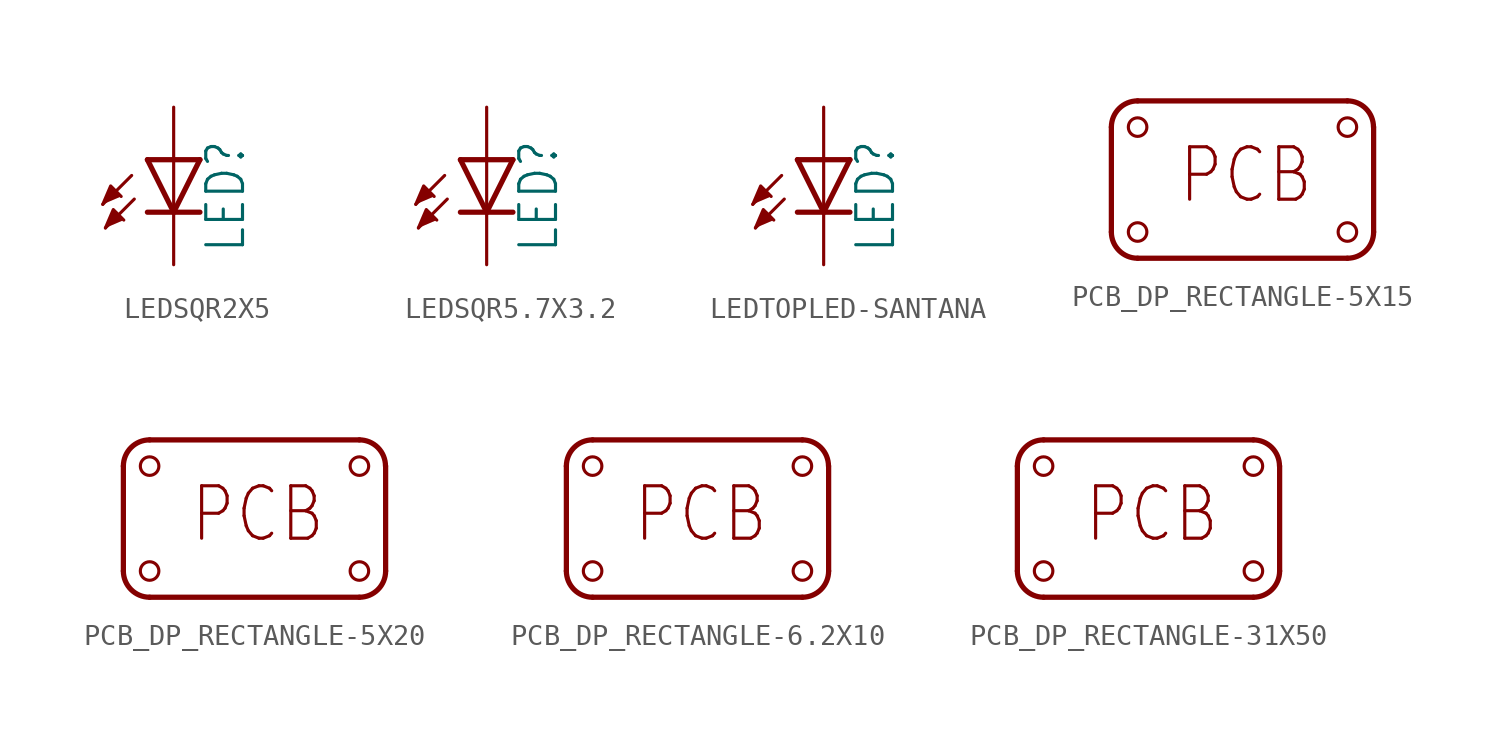
<source format=kicad_sym>
(kicad_symbol_lib
  (version 20220914)
  (generator kicad_symbol_editor)
  (symbol "LEDSQR2X5"
    (property "Reference" "LED"
      (at 3.556 -4.572 90)
      (effects (font (size 1.778 1.511)) (justify left bottom)))
    (property "Value" ""
      (at 5.715 -4.572 90)
      (effects (font (size 1.778 1.511)) (justify left bottom)))
    (property "ki_locked" ""
      (at 0 0 0)
      (effects (font (size 1.27 1.27))))
    (symbol "LEDSQR2X5_1_0"
      (polyline (pts (xy -2.032 -0.762) (xy -3.429 -2.159)) (stroke (width 0.152) (type solid)) (fill (type none)))
      (polyline (pts (xy -1.905 -1.905) (xy -3.302 -3.302)) (stroke (width 0.152) (type solid)) (fill (type none)))
      (polyline (pts (xy 0 -2.54) (xy -1.27 -2.54)) (stroke (width 0.254) (type solid)) (fill (type none)))
      (polyline (pts (xy 0 -2.54) (xy -1.27 0)) (stroke (width 0.254) (type solid)) (fill (type none)))
      (polyline (pts (xy 0 0) (xy -1.27 0)) (stroke (width 0.254) (type solid)) (fill (type none)))
      (polyline (pts (xy 0 0) (xy 0 -2.54)) (stroke (width 0.152) (type solid)) (fill (type none)))
      (polyline (pts (xy 1.27 -2.54) (xy 0 -2.54)) (stroke (width 0.254) (type solid)) (fill (type none)))
      (polyline (pts (xy 1.27 0) (xy 0 -2.54)) (stroke (width 0.254) (type solid)) (fill (type none)))
      (polyline (pts (xy 1.27 0) (xy 0 0)) (stroke (width 0.254) (type solid)) (fill (type none)))
      (polyline (pts (xy -3.429 -2.159) (xy -3.048 -1.27) (xy -2.54 -1.778)) (stroke (width 0.152) (type solid)) (fill (type outline)))
      (polyline (pts (xy -3.302 -3.302) (xy -2.921 -2.413) (xy -2.413 -2.921)) (stroke (width 0.152) (type solid)) (fill (type outline)))
      (pin passive line (at 0 2.54 270) (length 2.54) (name "A" (effects (font (size 0 0)))) (number "A" (effects (font (size 0 0)))))
      (pin passive line (at 0 -5.08 90) (length 2.54) (name "C" (effects (font (size 0 0)))) (number "K" (effects (font (size 0 0)))))))
  (symbol "LEDSQR5.7X3.2"
    (property "Reference" "LED"
      (at 3.556 -4.572 90)
      (effects (font (size 1.778 1.511)) (justify left bottom)))
    (property "Value" ""
      (at 5.715 -4.572 90)
      (effects (font (size 1.778 1.511)) (justify left bottom)))
    (property "ki_locked" ""
      (at 0 0 0)
      (effects (font (size 1.27 1.27))))
    (symbol "LEDSQR5.7X3.2_1_0"
      (polyline (pts (xy -2.032 -0.762) (xy -3.429 -2.159)) (stroke (width 0.152) (type solid)) (fill (type none)))
      (polyline (pts (xy -1.905 -1.905) (xy -3.302 -3.302)) (stroke (width 0.152) (type solid)) (fill (type none)))
      (polyline (pts (xy 0 -2.54) (xy -1.27 -2.54)) (stroke (width 0.254) (type solid)) (fill (type none)))
      (polyline (pts (xy 0 -2.54) (xy -1.27 0)) (stroke (width 0.254) (type solid)) (fill (type none)))
      (polyline (pts (xy 0 0) (xy -1.27 0)) (stroke (width 0.254) (type solid)) (fill (type none)))
      (polyline (pts (xy 0 0) (xy 0 -2.54)) (stroke (width 0.152) (type solid)) (fill (type none)))
      (polyline (pts (xy 1.27 -2.54) (xy 0 -2.54)) (stroke (width 0.254) (type solid)) (fill (type none)))
      (polyline (pts (xy 1.27 0) (xy 0 -2.54)) (stroke (width 0.254) (type solid)) (fill (type none)))
      (polyline (pts (xy 1.27 0) (xy 0 0)) (stroke (width 0.254) (type solid)) (fill (type none)))
      (polyline (pts (xy -3.429 -2.159) (xy -3.048 -1.27) (xy -2.54 -1.778)) (stroke (width 0.152) (type solid)) (fill (type outline)))
      (polyline (pts (xy -3.302 -3.302) (xy -2.921 -2.413) (xy -2.413 -2.921)) (stroke (width 0.152) (type solid)) (fill (type outline)))
      (pin passive line (at 0 2.54 270) (length 2.54) (name "A" (effects (font (size 0 0)))) (number "A" (effects (font (size 0 0)))))
      (pin passive line (at 0 -5.08 90) (length 2.54) (name "C" (effects (font (size 0 0)))) (number "K" (effects (font (size 0 0)))))))
  (symbol "LEDTOPLED-SANTANA"
    (property "Reference" "LED"
      (at 3.556 -4.572 90)
      (effects (font (size 1.778 1.511)) (justify left bottom)))
    (property "Value" ""
      (at 5.715 -4.572 90)
      (effects (font (size 1.778 1.511)) (justify left bottom)))
    (property "ki_locked" ""
      (at 0 0 0)
      (effects (font (size 1.27 1.27))))
    (symbol "LEDTOPLED-SANTANA_1_0"
      (polyline (pts (xy -2.032 -0.762) (xy -3.429 -2.159)) (stroke (width 0.152) (type solid)) (fill (type none)))
      (polyline (pts (xy -1.905 -1.905) (xy -3.302 -3.302)) (stroke (width 0.152) (type solid)) (fill (type none)))
      (polyline (pts (xy 0 -2.54) (xy -1.27 -2.54)) (stroke (width 0.254) (type solid)) (fill (type none)))
      (polyline (pts (xy 0 -2.54) (xy -1.27 0)) (stroke (width 0.254) (type solid)) (fill (type none)))
      (polyline (pts (xy 0 0) (xy -1.27 0)) (stroke (width 0.254) (type solid)) (fill (type none)))
      (polyline (pts (xy 0 0) (xy 0 -2.54)) (stroke (width 0.152) (type solid)) (fill (type none)))
      (polyline (pts (xy 1.27 -2.54) (xy 0 -2.54)) (stroke (width 0.254) (type solid)) (fill (type none)))
      (polyline (pts (xy 1.27 0) (xy 0 -2.54)) (stroke (width 0.254) (type solid)) (fill (type none)))
      (polyline (pts (xy 1.27 0) (xy 0 0)) (stroke (width 0.254) (type solid)) (fill (type none)))
      (polyline (pts (xy -3.429 -2.159) (xy -3.048 -1.27) (xy -2.54 -1.778)) (stroke (width 0.152) (type solid)) (fill (type outline)))
      (polyline (pts (xy -3.302 -3.302) (xy -2.921 -2.413) (xy -2.413 -2.921)) (stroke (width 0.152) (type solid)) (fill (type outline)))
      (pin passive line (at 0 2.54 270) (length 2.54) (name "A" (effects (font (size 0 0)))) (number "A" (effects (font (size 0 0)))))
      (pin passive line (at 0 -5.08 90) (length 2.54) (name "C" (effects (font (size 0 0)))) (number "C" (effects (font (size 0 0)))))))
  (symbol "PCB_DP_RECTANGLE-5X15"
    (property "Reference" "PCB"
      (at 0 0 0)
      (effects (font (size 1.27 1.27)) hide))
    (property "ki_locked" ""
      (at 0 0 0)
      (effects (font (size 1.27 1.27))))
    (symbol "PCB_DP_RECTANGLE-5X15_1_0"
      (arc (start -6.35 -2.54) (mid -5.978 -3.438) (end -5.08 -3.81) (stroke (width 0.254) (type solid)) (fill (type none)))
      (circle (center -5.08 -2.54) (radius 0.449) (stroke (width 0.152) (type solid)) (fill (type none)))
      (circle (center -5.08 2.54) (radius 0.449) (stroke (width 0.152) (type solid)) (fill (type none)))
      (arc (start -5.08 3.81) (mid -5.978 3.438) (end -6.35 2.54) (stroke (width 0.254) (type solid)) (fill (type none)))
      (polyline (pts (xy -6.35 2.54) (xy -6.35 -2.54)) (stroke (width 0.254) (type solid)) (fill (type none)))
      (polyline (pts (xy -5.08 -3.81) (xy 5.08 -3.81)) (stroke (width 0.254) (type solid)) (fill (type none)))
      (polyline (pts (xy 5.08 3.81) (xy -5.08 3.81)) (stroke (width 0.254) (type solid)) (fill (type none)))
      (polyline (pts (xy 6.35 -2.54) (xy 6.35 2.54)) (stroke (width 0.254) (type solid)) (fill (type none)))
      (arc (start 5.08 -3.81) (mid 5.978 -3.438) (end 6.35 -2.54) (stroke (width 0.254) (type solid)) (fill (type none)))
      (circle (center 5.08 -2.54) (radius 0.449) (stroke (width 0.152) (type solid)) (fill (type none)))
      (circle (center 5.08 2.54) (radius 0.449) (stroke (width 0.152) (type solid)) (fill (type none)))
      (arc (start 6.35 2.54) (mid 5.978 3.438) (end 5.08 3.81) (stroke (width 0.254) (type solid)) (fill (type none)))
      (text "PCB" (at -3.175 -1.27 0) (effects (font (size 2.54 2.159)) (justify left bottom)))))
  (symbol "PCB_DP_RECTANGLE-5X20"
    (property "Reference" "PCB"
      (at 0 0 0)
      (effects (font (size 1.27 1.27)) hide))
    (property "ki_locked" ""
      (at 0 0 0)
      (effects (font (size 1.27 1.27))))
    (symbol "PCB_DP_RECTANGLE-5X20_1_0"
      (arc (start -6.35 -2.54) (mid -5.978 -3.438) (end -5.08 -3.81) (stroke (width 0.254) (type solid)) (fill (type none)))
      (circle (center -5.08 -2.54) (radius 0.449) (stroke (width 0.152) (type solid)) (fill (type none)))
      (circle (center -5.08 2.54) (radius 0.449) (stroke (width 0.152) (type solid)) (fill (type none)))
      (arc (start -5.08 3.81) (mid -5.978 3.438) (end -6.35 2.54) (stroke (width 0.254) (type solid)) (fill (type none)))
      (polyline (pts (xy -6.35 2.54) (xy -6.35 -2.54)) (stroke (width 0.254) (type solid)) (fill (type none)))
      (polyline (pts (xy -5.08 -3.81) (xy 5.08 -3.81)) (stroke (width 0.254) (type solid)) (fill (type none)))
      (polyline (pts (xy 5.08 3.81) (xy -5.08 3.81)) (stroke (width 0.254) (type solid)) (fill (type none)))
      (polyline (pts (xy 6.35 -2.54) (xy 6.35 2.54)) (stroke (width 0.254) (type solid)) (fill (type none)))
      (arc (start 5.08 -3.81) (mid 5.978 -3.438) (end 6.35 -2.54) (stroke (width 0.254) (type solid)) (fill (type none)))
      (circle (center 5.08 -2.54) (radius 0.449) (stroke (width 0.152) (type solid)) (fill (type none)))
      (circle (center 5.08 2.54) (radius 0.449) (stroke (width 0.152) (type solid)) (fill (type none)))
      (arc (start 6.35 2.54) (mid 5.978 3.438) (end 5.08 3.81) (stroke (width 0.254) (type solid)) (fill (type none)))
      (text "PCB" (at -3.175 -1.27 0) (effects (font (size 2.54 2.159)) (justify left bottom)))))
  (symbol "PCB_DP_RECTANGLE-6.2X10"
    (property "Reference" "PCB"
      (at 0 0 0)
      (effects (font (size 1.27 1.27)) hide))
    (property "ki_locked" ""
      (at 0 0 0)
      (effects (font (size 1.27 1.27))))
    (symbol "PCB_DP_RECTANGLE-6.2X10_1_0"
      (arc (start -6.35 -2.54) (mid -5.978 -3.438) (end -5.08 -3.81) (stroke (width 0.254) (type solid)) (fill (type none)))
      (circle (center -5.08 -2.54) (radius 0.449) (stroke (width 0.152) (type solid)) (fill (type none)))
      (circle (center -5.08 2.54) (radius 0.449) (stroke (width 0.152) (type solid)) (fill (type none)))
      (arc (start -5.08 3.81) (mid -5.978 3.438) (end -6.35 2.54) (stroke (width 0.254) (type solid)) (fill (type none)))
      (polyline (pts (xy -6.35 2.54) (xy -6.35 -2.54)) (stroke (width 0.254) (type solid)) (fill (type none)))
      (polyline (pts (xy -5.08 -3.81) (xy 5.08 -3.81)) (stroke (width 0.254) (type solid)) (fill (type none)))
      (polyline (pts (xy 5.08 3.81) (xy -5.08 3.81)) (stroke (width 0.254) (type solid)) (fill (type none)))
      (polyline (pts (xy 6.35 -2.54) (xy 6.35 2.54)) (stroke (width 0.254) (type solid)) (fill (type none)))
      (arc (start 5.08 -3.81) (mid 5.978 -3.438) (end 6.35 -2.54) (stroke (width 0.254) (type solid)) (fill (type none)))
      (circle (center 5.08 -2.54) (radius 0.449) (stroke (width 0.152) (type solid)) (fill (type none)))
      (circle (center 5.08 2.54) (radius 0.449) (stroke (width 0.152) (type solid)) (fill (type none)))
      (arc (start 6.35 2.54) (mid 5.978 3.438) (end 5.08 3.81) (stroke (width 0.254) (type solid)) (fill (type none)))
      (text "PCB" (at -3.175 -1.27 0) (effects (font (size 2.54 2.159)) (justify left bottom)))))
  (symbol "PCB_DP_RECTANGLE-31X50"
    (property "Reference" "PCB"
      (at 0 0 0)
      (effects (font (size 1.27 1.27)) hide))
    (property "ki_locked" ""
      (at 0 0 0)
      (effects (font (size 1.27 1.27))))
    (symbol "PCB_DP_RECTANGLE-31X50_1_0"
      (arc (start -6.35 -2.54) (mid -5.978 -3.438) (end -5.08 -3.81) (stroke (width 0.254) (type solid)) (fill (type none)))
      (circle (center -5.08 -2.54) (radius 0.449) (stroke (width 0.152) (type solid)) (fill (type none)))
      (circle (center -5.08 2.54) (radius 0.449) (stroke (width 0.152) (type solid)) (fill (type none)))
      (arc (start -5.08 3.81) (mid -5.978 3.438) (end -6.35 2.54) (stroke (width 0.254) (type solid)) (fill (type none)))
      (polyline (pts (xy -6.35 2.54) (xy -6.35 -2.54)) (stroke (width 0.254) (type solid)) (fill (type none)))
      (polyline (pts (xy -5.08 -3.81) (xy 5.08 -3.81)) (stroke (width 0.254) (type solid)) (fill (type none)))
      (polyline (pts (xy 5.08 3.81) (xy -5.08 3.81)) (stroke (width 0.254) (type solid)) (fill (type none)))
      (polyline (pts (xy 6.35 -2.54) (xy 6.35 2.54)) (stroke (width 0.254) (type solid)) (fill (type none)))
      (arc (start 5.08 -3.81) (mid 5.978 -3.438) (end 6.35 -2.54) (stroke (width 0.254) (type solid)) (fill (type none)))
      (circle (center 5.08 -2.54) (radius 0.449) (stroke (width 0.152) (type solid)) (fill (type none)))
      (circle (center 5.08 2.54) (radius 0.449) (stroke (width 0.152) (type solid)) (fill (type none)))
      (arc (start 6.35 2.54) (mid 5.978 3.438) (end 5.08 3.81) (stroke (width 0.254) (type solid)) (fill (type none)))
      (text "PCB" (at -3.175 -1.27 0) (effects (font (size 2.54 2.159)) (justify left bottom))))))
</source>
